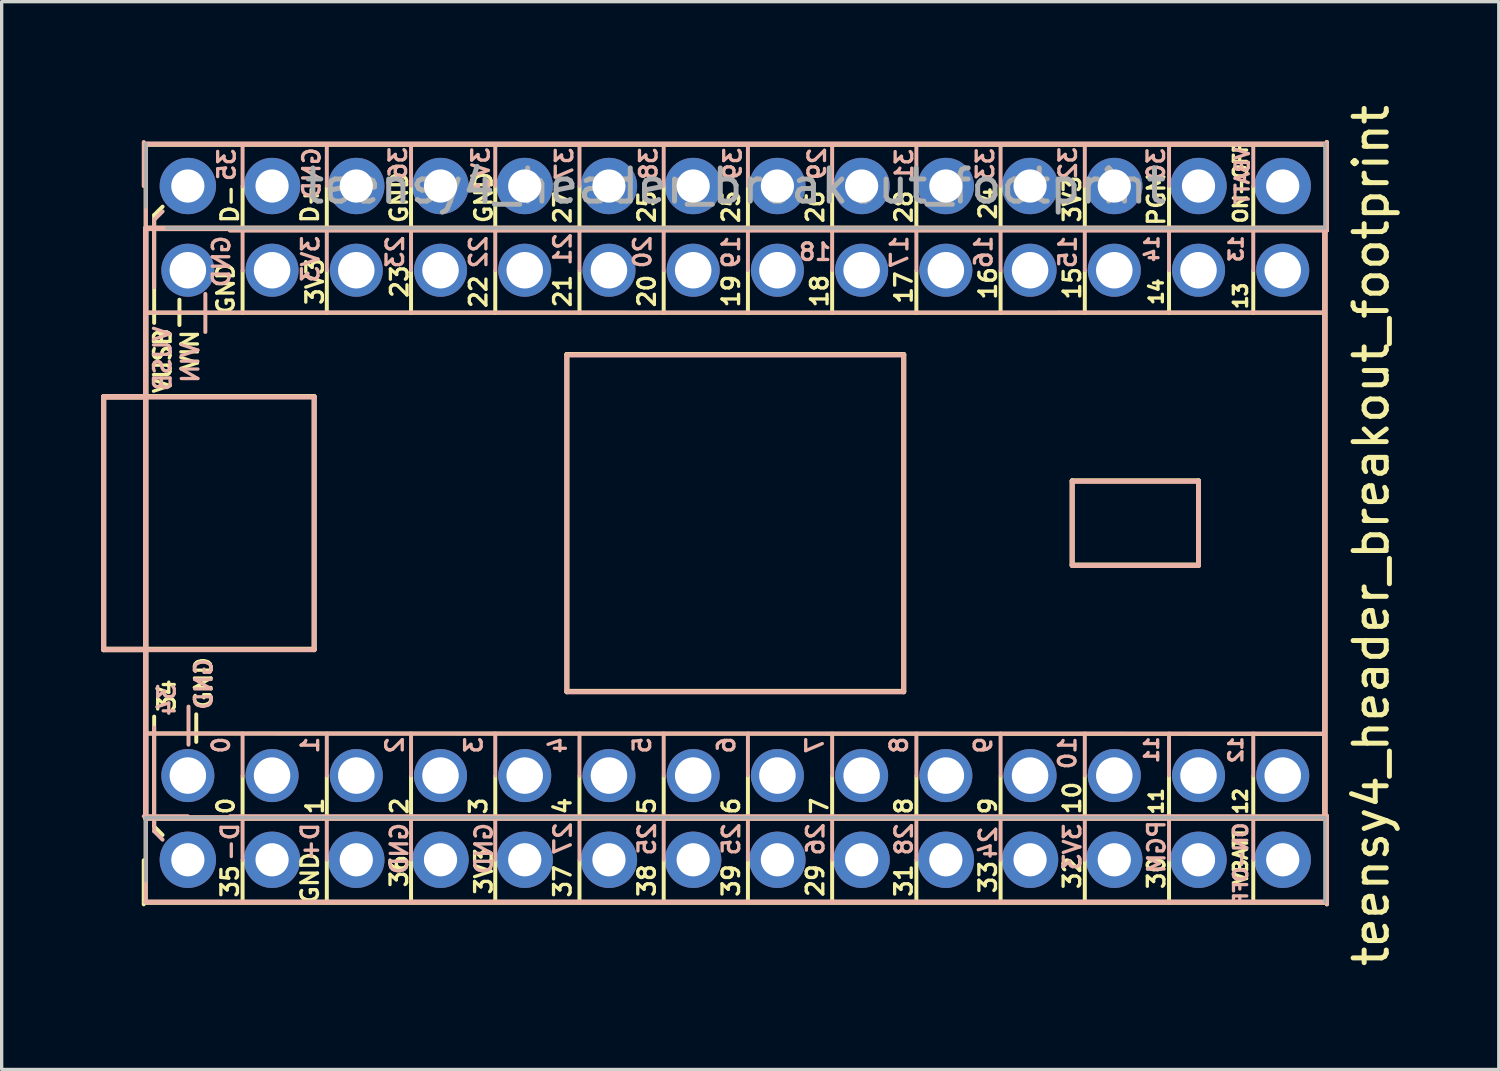
<source format=kicad_pcb>
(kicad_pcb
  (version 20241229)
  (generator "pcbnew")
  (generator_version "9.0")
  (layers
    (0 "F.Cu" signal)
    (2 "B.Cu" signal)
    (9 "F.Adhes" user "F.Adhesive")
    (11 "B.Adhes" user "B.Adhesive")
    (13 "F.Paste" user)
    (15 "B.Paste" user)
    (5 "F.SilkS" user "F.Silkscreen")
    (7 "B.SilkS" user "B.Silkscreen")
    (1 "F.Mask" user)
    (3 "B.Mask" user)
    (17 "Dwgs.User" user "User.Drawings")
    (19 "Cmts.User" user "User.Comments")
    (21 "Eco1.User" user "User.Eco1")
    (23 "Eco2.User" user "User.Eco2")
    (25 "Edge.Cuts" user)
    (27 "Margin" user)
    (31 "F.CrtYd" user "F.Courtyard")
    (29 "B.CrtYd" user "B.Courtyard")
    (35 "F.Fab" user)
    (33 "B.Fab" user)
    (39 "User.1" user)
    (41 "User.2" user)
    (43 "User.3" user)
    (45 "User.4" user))
  (footprint "teensy4_header_breakout_footprint"
    (layer "F.Cu")
    (at 19.125 12.72)
    (property "Reference" "teensy4_header_breakout_footprint" (at 19.177 0.381 90) (layer "F.SilkS") (effects (font (size 1 1) (thickness 0.15))))
    (attr through_hole)
    (fp_line (start -19.05 -3.81) (end -12.7 -3.81) (stroke (width 0.15) (type solid)) (layer "F.SilkS"))
    (fp_line (start -19.05 -3.797) (end -17.78 -3.797) (stroke (width 0.15) (type solid)) (layer "F.SilkS"))
    (fp_line (start -19.05 3.81) (end -19.05 -3.81) (stroke (width 0.15) (type solid)) (layer "F.SilkS"))
    (fp_line (start -19.05 3.823) (end -19.05 -3.797) (stroke (width 0.15) (type solid)) (layer "F.SilkS"))
    (fp_line (start -17.84 11.503) (end -17.84 10.173) (stroke (width 0.12) (type solid)) (layer "F.SilkS"))
    (fp_line (start -17.78 -8.89) (end -17.78 8.89) (stroke (width 0.15) (type solid)) (layer "F.SilkS"))
    (fp_line (start -17.78 -8.877) (end -17.78 8.903) (stroke (width 0.15) (type solid)) (layer "F.SilkS"))
    (fp_line (start -17.78 -6.337) (end 17.78 -6.337) (stroke (width 0.12) (type solid)) (layer "F.SilkS"))
    (fp_line (start -17.78 0.013) (end -17.78 -11.417) (stroke (width 0.12) (type solid)) (layer "F.SilkS"))
    (fp_line (start -17.78 0.013) (end -17.78 11.443) (stroke (width 0.12) (type solid)) (layer "F.SilkS"))
    (fp_line (start -17.78 3.823) (end -19.05 3.823) (stroke (width 0.15) (type solid)) (layer "F.SilkS"))
    (fp_line (start -17.78 8.903) (end 17.78 8.903) (stroke (width 0.15) (type solid)) (layer "F.SilkS"))
    (fp_line (start -17.78 11.443) (end 17.78 11.443) (stroke (width 0.15) (type solid)) (layer "F.SilkS"))
    (fp_line (start -17.526 -9.284) (end -17.272 -9.538) (stroke (width 0.12) (type solid)) (layer "F.SilkS"))
    (fp_line (start -17.526 -6.032) (end -17.526 -9.284) (stroke (width 0.12) (type solid)) (layer "F.SilkS"))
    (fp_line (start -17.526 5.842) (end -17.526 9.157) (stroke (width 0.12) (type solid)) (layer "F.SilkS"))
    (fp_line (start -17.526 9.157) (end -17.272 9.411) (stroke (width 0.12) (type solid)) (layer "F.SilkS"))
    (fp_line (start -16.764 -6.731) (end -16.764 -5.969) (stroke (width 0.12) (type solid)) (layer "F.SilkS"))
    (fp_line (start -16.256 5.773) (end -16.256 6.604) (stroke (width 0.12) (type solid)) (layer "F.SilkS"))
    (fp_line (start -14.859 -8.877) (end -14.859 -10.147) (stroke (width 0.12) (type solid)) (layer "F.SilkS"))
    (fp_line (start -14.859 -6.337) (end -14.859 -7.607) (stroke (width 0.12) (type solid)) (layer "F.SilkS"))
    (fp_line (start -14.859 8.903) (end -14.859 7.633) (stroke (width 0.12) (type solid)) (layer "F.SilkS"))
    (fp_line (start -14.859 11.443) (end -14.859 10.173) (stroke (width 0.12) (type solid)) (layer "F.SilkS"))
    (fp_line (start -12.7 -3.81) (end -12.7 3.81) (stroke (width 0.15) (type solid)) (layer "F.SilkS"))
    (fp_line (start -12.7 3.81) (end -19.05 3.81) (stroke (width 0.15) (type solid)) (layer "F.SilkS"))
    (fp_line (start -12.319 -8.877) (end -12.319 -10.14) (stroke (width 0.12) (type solid)) (layer "F.SilkS"))
    (fp_line (start -12.319 -6.337) (end -12.319 -7.6) (stroke (width 0.12) (type solid)) (layer "F.SilkS"))
    (fp_line (start -12.319 8.903) (end -12.319 7.64) (stroke (width 0.12) (type solid)) (layer "F.SilkS"))
    (fp_line (start -12.319 11.443) (end -12.319 10.18) (stroke (width 0.12) (type solid)) (layer "F.SilkS"))
    (fp_line (start -9.779 -8.877) (end -9.779 -10.14) (stroke (width 0.12) (type solid)) (layer "F.SilkS"))
    (fp_line (start -9.779 -6.337) (end -9.779 -7.6) (stroke (width 0.12) (type solid)) (layer "F.SilkS"))
    (fp_line (start -9.779 8.903) (end -9.779 7.64) (stroke (width 0.12) (type solid)) (layer "F.SilkS"))
    (fp_line (start -9.779 11.443) (end -9.779 10.18) (stroke (width 0.12) (type solid)) (layer "F.SilkS"))
    (fp_line (start -7.239 -8.877) (end -7.239 -10.14) (stroke (width 0.12) (type solid)) (layer "F.SilkS"))
    (fp_line (start -7.239 -6.337) (end -7.239 -7.6) (stroke (width 0.12) (type solid)) (layer "F.SilkS"))
    (fp_line (start -7.239 8.903) (end -7.239 7.64) (stroke (width 0.12) (type solid)) (layer "F.SilkS"))
    (fp_line (start -7.239 11.443) (end -7.239 10.18) (stroke (width 0.12) (type solid)) (layer "F.SilkS"))
    (fp_line (start -5.08 -5.08) (end -5.08 5.08) (stroke (width 0.15) (type solid)) (layer "F.SilkS"))
    (fp_line (start -5.08 5.08) (end 5.08 5.08) (stroke (width 0.15) (type solid)) (layer "F.SilkS"))
    (fp_line (start -4.699 -8.877) (end -4.699 -10.14) (stroke (width 0.12) (type solid)) (layer "F.SilkS"))
    (fp_line (start -4.699 -6.337) (end -4.699 -7.6) (stroke (width 0.12) (type solid)) (layer "F.SilkS"))
    (fp_line (start -4.699 8.903) (end -4.699 7.64) (stroke (width 0.12) (type solid)) (layer "F.SilkS"))
    (fp_line (start -4.699 11.443) (end -4.699 10.18) (stroke (width 0.12) (type solid)) (layer "F.SilkS"))
    (fp_line (start -2.159 -8.877) (end -2.159 -10.14) (stroke (width 0.12) (type solid)) (layer "F.SilkS"))
    (fp_line (start -2.159 -6.337) (end -2.159 -7.6) (stroke (width 0.12) (type solid)) (layer "F.SilkS"))
    (fp_line (start -2.159 8.903) (end -2.159 7.64) (stroke (width 0.12) (type solid)) (layer "F.SilkS"))
    (fp_line (start -2.159 11.443) (end -2.159 10.18) (stroke (width 0.12) (type solid)) (layer "F.SilkS"))
    (fp_line (start 0.381 -8.877) (end 0.381 -10.14) (stroke (width 0.12) (type solid)) (layer "F.SilkS"))
    (fp_line (start 0.381 -6.337) (end 0.381 -7.6) (stroke (width 0.12) (type solid)) (layer "F.SilkS"))
    (fp_line (start 0.381 8.903) (end 0.381 7.64) (stroke (width 0.12) (type solid)) (layer "F.SilkS"))
    (fp_line (start 0.381 11.443) (end 0.381 10.18) (stroke (width 0.12) (type solid)) (layer "F.SilkS"))
    (fp_line (start 2.921 -8.877) (end 2.921 -10.14) (stroke (width 0.12) (type solid)) (layer "F.SilkS"))
    (fp_line (start 2.921 -6.337) (end 2.921 -7.6) (stroke (width 0.12) (type solid)) (layer "F.SilkS"))
    (fp_line (start 2.921 8.903) (end 2.921 7.64) (stroke (width 0.12) (type solid)) (layer "F.SilkS"))
    (fp_line (start 2.921 11.443) (end 2.921 10.18) (stroke (width 0.12) (type solid)) (layer "F.SilkS"))
    (fp_line (start 5.08 -5.08) (end -5.08 -5.08) (stroke (width 0.15) (type solid)) (layer "F.SilkS"))
    (fp_line (start 5.08 5.08) (end 5.08 -5.08) (stroke (width 0.15) (type solid)) (layer "F.SilkS"))
    (fp_line (start 5.461 -8.877) (end 5.461 -10.14) (stroke (width 0.12) (type solid)) (layer "F.SilkS"))
    (fp_line (start 5.461 -6.337) (end 5.461 -7.6) (stroke (width 0.12) (type solid)) (layer "F.SilkS"))
    (fp_line (start 5.461 8.903) (end 5.461 7.64) (stroke (width 0.12) (type solid)) (layer "F.SilkS"))
    (fp_line (start 5.461 11.443) (end 5.461 10.18) (stroke (width 0.12) (type solid)) (layer "F.SilkS"))
    (fp_line (start 8.001 -8.877) (end 8.001 -10.14) (stroke (width 0.12) (type solid)) (layer "F.SilkS"))
    (fp_line (start 8.001 -6.337) (end 8.001 -7.6) (stroke (width 0.12) (type solid)) (layer "F.SilkS"))
    (fp_line (start 8.001 8.903) (end 8.001 7.64) (stroke (width 0.12) (type solid)) (layer "F.SilkS"))
    (fp_line (start 8.001 11.443) (end 8.001 10.18) (stroke (width 0.12) (type solid)) (layer "F.SilkS"))
    (fp_line (start 10.16 -1.27) (end 13.97 -1.27) (stroke (width 0.15) (type solid)) (layer "F.SilkS"))
    (fp_line (start 10.16 1.27) (end 10.16 -1.27) (stroke (width 0.15) (type solid)) (layer "F.SilkS"))
    (fp_line (start 10.541 -8.877) (end 10.541 -10.14) (stroke (width 0.12) (type solid)) (layer "F.SilkS"))
    (fp_line (start 10.541 -6.337) (end 10.541 -7.6) (stroke (width 0.12) (type solid)) (layer "F.SilkS"))
    (fp_line (start 10.541 8.903) (end 10.541 7.64) (stroke (width 0.12) (type solid)) (layer "F.SilkS"))
    (fp_line (start 10.541 11.443) (end 10.541 10.18) (stroke (width 0.12) (type solid)) (layer "F.SilkS"))
    (fp_line (start 13.081 -8.877) (end 13.081 -10.14) (stroke (width 0.12) (type solid)) (layer "F.SilkS"))
    (fp_line (start 13.081 -6.337) (end 13.081 -7.6) (stroke (width 0.12) (type solid)) (layer "F.SilkS"))
    (fp_line (start 13.081 8.903) (end 13.081 7.64) (stroke (width 0.12) (type solid)) (layer "F.SilkS"))
    (fp_line (start 13.081 11.443) (end 13.081 10.18) (stroke (width 0.12) (type solid)) (layer "F.SilkS"))
    (fp_line (start 13.97 -1.27) (end 13.97 1.27) (stroke (width 0.15) (type solid)) (layer "F.SilkS"))
    (fp_line (start 13.97 1.27) (end 10.16 1.27) (stroke (width 0.15) (type solid)) (layer "F.SilkS"))
    (fp_line (start 15.621 -8.877) (end 15.621 -10.14) (stroke (width 0.12) (type solid)) (layer "F.SilkS"))
    (fp_line (start 15.621 -6.337) (end 15.621 -7.6) (stroke (width 0.12) (type solid)) (layer "F.SilkS"))
    (fp_line (start 15.621 8.903) (end 15.621 7.64) (stroke (width 0.12) (type solid)) (layer "F.SilkS"))
    (fp_line (start 15.621 11.443) (end 15.621 10.18) (stroke (width 0.12) (type solid)) (layer "F.SilkS"))
    (fp_line (start 17.78 -11.417) (end -17.78 -11.417) (stroke (width 0.15) (type solid)) (layer "F.SilkS"))
    (fp_line (start 17.78 -8.89) (end -17.78 -8.89) (stroke (width 0.15) (type solid)) (layer "F.SilkS"))
    (fp_line (start 17.78 6.363) (end -17.78 6.35) (stroke (width 0.12) (type solid)) (layer "F.SilkS"))
    (fp_line (start 17.78 8.89) (end 17.78 -8.89) (stroke (width 0.15) (type solid)) (layer "F.SilkS"))
    (fp_line (start 17.78 8.903) (end 17.78 -8.877) (stroke (width 0.15) (type solid)) (layer "F.SilkS"))
    (fp_line (start 17.84 -8.83) (end 17.84 -11.49) (stroke (width 0.12) (type solid)) (layer "F.SilkS"))
    (fp_line (start 17.84 -8.817) (end 17.84 -11.477) (stroke (width 0.12) (type solid)) (layer "F.SilkS"))
    (fp_line (start 17.84 11.49) (end 17.84 8.83) (stroke (width 0.12) (type solid)) (layer "F.SilkS"))
    (fp_line (start 17.84 11.503) (end 17.84 8.843) (stroke (width 0.12) (type solid)) (layer "F.SilkS"))
    (fp_line (start -19.05 -3.807) (end -19.05 3.813) (stroke (width 0.15) (type solid)) (layer "B.SilkS"))
    (fp_line (start -19.05 -3.795) (end -19.05 3.825) (stroke (width 0.15) (type solid)) (layer "B.SilkS"))
    (fp_line (start -19.05 3.813) (end -17.78 3.813) (stroke (width 0.15) (type solid)) (layer "B.SilkS"))
    (fp_line (start -19.05 3.825) (end -12.7 3.825) (stroke (width 0.15) (type solid)) (layer "B.SilkS"))
    (fp_line (start -17.84 -11.487) (end -17.84 -10.157) (stroke (width 0.12) (type solid)) (layer "B.SilkS"))
    (fp_line (start -17.78 -11.427) (end 17.78 -11.427) (stroke (width 0.15) (type solid)) (layer "B.SilkS"))
    (fp_line (start -17.78 -8.887) (end 17.78 -8.887) (stroke (width 0.15) (type solid)) (layer "B.SilkS"))
    (fp_line (start -17.78 -8.875) (end 17.78 -8.875) (stroke (width 0.15) (type solid)) (layer "B.SilkS"))
    (fp_line (start -17.78 -6.347) (end 9.754 -6.345) (stroke (width 0.12) (type solid)) (layer "B.SilkS"))
    (fp_line (start -17.78 -3.807) (end -19.05 -3.807) (stroke (width 0.15) (type solid)) (layer "B.SilkS"))
    (fp_line (start -17.78 0.003) (end -17.78 -11.427) (stroke (width 0.12) (type solid)) (layer "B.SilkS"))
    (fp_line (start -17.78 0.003) (end -17.78 11.433) (stroke (width 0.12) (type solid)) (layer "B.SilkS"))
    (fp_line (start -17.78 6.353) (end 17.78 6.353) (stroke (width 0.12) (type solid)) (layer "B.SilkS"))
    (fp_line (start -17.78 8.893) (end -17.78 -8.887) (stroke (width 0.15) (type solid)) (layer "B.SilkS"))
    (fp_line (start -17.78 8.905) (end -17.78 -8.875) (stroke (width 0.15) (type solid)) (layer "B.SilkS"))
    (fp_line (start -17.526 -9.141) (end -17.272 -9.395) (stroke (width 0.12) (type solid)) (layer "B.SilkS"))
    (fp_line (start -17.526 -7.109) (end -17.526 -9.141) (stroke (width 0.12) (type solid)) (layer "B.SilkS"))
    (fp_line (start -17.526 6.175) (end -17.526 9.299) (stroke (width 0.12) (type solid)) (layer "B.SilkS"))
    (fp_line (start -17.526 9.299) (end -17.272 9.553) (stroke (width 0.12) (type solid)) (layer "B.SilkS"))
    (fp_line (start -16.51 8.845) (end -17.84 8.845) (stroke (width 0.12) (type solid)) (layer "B.SilkS"))
    (fp_line (start -16.49 6.688) (end -16.49 5.54) (stroke (width 0.12) (type solid)) (layer "B.SilkS"))
    (fp_line (start -15.982 -5.758) (end -15.982 -6.906) (stroke (width 0.12) (type solid)) (layer "B.SilkS"))
    (fp_line (start -15.24 -8.815) (end 17.84 -8.815) (stroke (width 0.12) (type solid)) (layer "B.SilkS"))
    (fp_line (start -15.24 8.845) (end 17.84 8.845) (stroke (width 0.12) (type solid)) (layer "B.SilkS"))
    (fp_line (start -14.859 -11.427) (end -14.859 -10.157) (stroke (width 0.12) (type solid)) (layer "B.SilkS"))
    (fp_line (start -14.859 -8.887) (end -14.859 -7.617) (stroke (width 0.12) (type solid)) (layer "B.SilkS"))
    (fp_line (start -14.859 6.353) (end -14.859 7.623) (stroke (width 0.12) (type solid)) (layer "B.SilkS"))
    (fp_line (start -14.859 8.893) (end -14.859 10.163) (stroke (width 0.12) (type solid)) (layer "B.SilkS"))
    (fp_line (start -12.7 -3.795) (end -19.05 -3.795) (stroke (width 0.15) (type solid)) (layer "B.SilkS"))
    (fp_line (start -12.7 3.825) (end -12.7 -3.795) (stroke (width 0.15) (type solid)) (layer "B.SilkS"))
    (fp_line (start -12.319 -11.427) (end -12.319 -10.164) (stroke (width 0.12) (type solid)) (layer "B.SilkS"))
    (fp_line (start -12.319 -8.887) (end -12.319 -7.624) (stroke (width 0.12) (type solid)) (layer "B.SilkS"))
    (fp_line (start -12.319 6.353) (end -12.319 7.616) (stroke (width 0.12) (type solid)) (layer "B.SilkS"))
    (fp_line (start -12.319 8.893) (end -12.319 10.156) (stroke (width 0.12) (type solid)) (layer "B.SilkS"))
    (fp_line (start -9.779 -11.427) (end -9.779 -10.164) (stroke (width 0.12) (type solid)) (layer "B.SilkS"))
    (fp_line (start -9.779 -8.887) (end -9.779 -7.624) (stroke (width 0.12) (type solid)) (layer "B.SilkS"))
    (fp_line (start -9.779 6.353) (end -9.779 7.616) (stroke (width 0.12) (type solid)) (layer "B.SilkS"))
    (fp_line (start -9.779 8.893) (end -9.779 10.156) (stroke (width 0.12) (type solid)) (layer "B.SilkS"))
    (fp_line (start -7.239 -11.427) (end -7.239 -10.164) (stroke (width 0.12) (type solid)) (layer "B.SilkS"))
    (fp_line (start -7.239 -8.887) (end -7.239 -7.624) (stroke (width 0.12) (type solid)) (layer "B.SilkS"))
    (fp_line (start -7.239 6.353) (end -7.239 7.616) (stroke (width 0.12) (type solid)) (layer "B.SilkS"))
    (fp_line (start -7.239 8.893) (end -7.239 10.156) (stroke (width 0.12) (type solid)) (layer "B.SilkS"))
    (fp_line (start -5.08 -5.065) (end 5.08 -5.065) (stroke (width 0.15) (type solid)) (layer "B.SilkS"))
    (fp_line (start -5.08 5.095) (end -5.08 -5.065) (stroke (width 0.15) (type solid)) (layer "B.SilkS"))
    (fp_line (start -4.699 -11.427) (end -4.699 -10.164) (stroke (width 0.12) (type solid)) (layer "B.SilkS"))
    (fp_line (start -4.699 -8.887) (end -4.699 -7.624) (stroke (width 0.12) (type solid)) (layer "B.SilkS"))
    (fp_line (start -4.699 6.353) (end -4.699 7.616) (stroke (width 0.12) (type solid)) (layer "B.SilkS"))
    (fp_line (start -4.699 8.893) (end -4.699 10.156) (stroke (width 0.12) (type solid)) (layer "B.SilkS"))
    (fp_line (start -2.159 -11.427) (end -2.159 -10.164) (stroke (width 0.12) (type solid)) (layer "B.SilkS"))
    (fp_line (start -2.159 -8.887) (end -2.159 -7.624) (stroke (width 0.12) (type solid)) (layer "B.SilkS"))
    (fp_line (start -2.159 6.353) (end -2.159 7.616) (stroke (width 0.12) (type solid)) (layer "B.SilkS"))
    (fp_line (start -2.159 8.893) (end -2.159 10.156) (stroke (width 0.12) (type solid)) (layer "B.SilkS"))
    (fp_line (start 0.381 -11.427) (end 0.381 -10.164) (stroke (width 0.12) (type solid)) (layer "B.SilkS"))
    (fp_line (start 0.381 -8.887) (end 0.381 -7.624) (stroke (width 0.12) (type solid)) (layer "B.SilkS"))
    (fp_line (start 0.381 6.353) (end 0.381 7.616) (stroke (width 0.12) (type solid)) (layer "B.SilkS"))
    (fp_line (start 0.381 8.893) (end 0.381 10.156) (stroke (width 0.12) (type solid)) (layer "B.SilkS"))
    (fp_line (start 2.921 -11.427) (end 2.921 -10.164) (stroke (width 0.12) (type solid)) (layer "B.SilkS"))
    (fp_line (start 2.921 -8.887) (end 2.921 -7.624) (stroke (width 0.12) (type solid)) (layer "B.SilkS"))
    (fp_line (start 2.921 6.353) (end 2.921 7.616) (stroke (width 0.12) (type solid)) (layer "B.SilkS"))
    (fp_line (start 2.921 8.893) (end 2.921 10.156) (stroke (width 0.12) (type solid)) (layer "B.SilkS"))
    (fp_line (start 5.08 -5.065) (end 5.08 5.095) (stroke (width 0.15) (type solid)) (layer "B.SilkS"))
    (fp_line (start 5.08 5.095) (end -5.08 5.095) (stroke (width 0.15) (type solid)) (layer "B.SilkS"))
    (fp_line (start 5.461 -11.427) (end 5.461 -10.164) (stroke (width 0.12) (type solid)) (layer "B.SilkS"))
    (fp_line (start 5.461 -8.887) (end 5.461 -7.624) (stroke (width 0.12) (type solid)) (layer "B.SilkS"))
    (fp_line (start 5.461 6.353) (end 5.461 7.616) (stroke (width 0.12) (type solid)) (layer "B.SilkS"))
    (fp_line (start 5.461 8.893) (end 5.461 10.156) (stroke (width 0.12) (type solid)) (layer "B.SilkS"))
    (fp_line (start 8.001 -11.427) (end 8.001 -10.164) (stroke (width 0.12) (type solid)) (layer "B.SilkS"))
    (fp_line (start 8.001 -8.887) (end 8.001 -7.624) (stroke (width 0.12) (type solid)) (layer "B.SilkS"))
    (fp_line (start 8.001 6.353) (end 8.001 7.616) (stroke (width 0.12) (type solid)) (layer "B.SilkS"))
    (fp_line (start 8.001 8.893) (end 8.001 10.156) (stroke (width 0.12) (type solid)) (layer "B.SilkS"))
    (fp_line (start 10.16 -1.255) (end 10.16 1.285) (stroke (width 0.15) (type solid)) (layer "B.SilkS"))
    (fp_line (start 10.16 1.285) (end 13.97 1.285) (stroke (width 0.15) (type solid)) (layer "B.SilkS"))
    (fp_line (start 10.541 -11.427) (end 10.541 -10.164) (stroke (width 0.12) (type solid)) (layer "B.SilkS"))
    (fp_line (start 10.541 -8.887) (end 10.541 -7.624) (stroke (width 0.12) (type solid)) (layer "B.SilkS"))
    (fp_line (start 10.541 6.353) (end 10.541 7.616) (stroke (width 0.12) (type solid)) (layer "B.SilkS"))
    (fp_line (start 10.541 8.893) (end 10.541 10.156) (stroke (width 0.12) (type solid)) (layer "B.SilkS"))
    (fp_line (start 13.081 -11.427) (end 13.081 -10.164) (stroke (width 0.12) (type solid)) (layer "B.SilkS"))
    (fp_line (start 13.081 -8.887) (end 13.081 -7.624) (stroke (width 0.12) (type solid)) (layer "B.SilkS"))
    (fp_line (start 13.081 6.353) (end 13.081 7.616) (stroke (width 0.12) (type solid)) (layer "B.SilkS"))
    (fp_line (start 13.081 8.893) (end 13.081 10.156) (stroke (width 0.12) (type solid)) (layer "B.SilkS"))
    (fp_line (start 13.97 -1.255) (end 10.16 -1.255) (stroke (width 0.15) (type solid)) (layer "B.SilkS"))
    (fp_line (start 13.97 1.285) (end 13.97 -1.255) (stroke (width 0.15) (type solid)) (layer "B.SilkS"))
    (fp_line (start 15.621 -11.427) (end 15.621 -10.164) (stroke (width 0.12) (type solid)) (layer "B.SilkS"))
    (fp_line (start 15.621 -8.887) (end 15.621 -7.624) (stroke (width 0.12) (type solid)) (layer "B.SilkS"))
    (fp_line (start 15.621 6.353) (end 15.621 7.616) (stroke (width 0.12) (type solid)) (layer "B.SilkS"))
    (fp_line (start 15.621 8.893) (end 15.621 10.156) (stroke (width 0.12) (type solid)) (layer "B.SilkS"))
    (fp_line (start 17.78 -8.887) (end 17.78 8.893) (stroke (width 0.15) (type solid)) (layer "B.SilkS"))
    (fp_line (start 17.78 -8.875) (end 17.78 8.905) (stroke (width 0.15) (type solid)) (layer "B.SilkS"))
    (fp_line (start 17.78 -6.347) (end 9.779 -6.347) (stroke (width 0.12) (type solid)) (layer "B.SilkS"))
    (fp_line (start 17.78 8.893) (end -17.78 8.893) (stroke (width 0.15) (type solid)) (layer "B.SilkS"))
    (fp_line (start 17.78 8.905) (end -17.78 8.905) (stroke (width 0.15) (type solid)) (layer "B.SilkS"))
    (fp_line (start 17.78 11.433) (end -17.78 11.433) (stroke (width 0.15) (type solid)) (layer "B.SilkS"))
    (fp_line (start 17.84 -11.487) (end 17.84 -8.827) (stroke (width 0.12) (type solid)) (layer "B.SilkS"))
    (fp_line (start 17.84 -11.475) (end 17.84 -8.815) (stroke (width 0.12) (type solid)) (layer "B.SilkS"))
    (fp_line (start 17.84 8.833) (end 17.84 11.493) (stroke (width 0.12) (type solid)) (layer "B.SilkS"))
    (fp_line (start 17.84 8.845) (end 17.84 11.505) (stroke (width 0.12) (type solid)) (layer "B.SilkS"))
    (fp_line (start -17.78 -9.525) (end -17.78 -11.43) (stroke (width 0.1) (type solid)) (layer "F.Fab"))
    (fp_line (start -17.78 8.89) (end 17.78 8.89) (stroke (width 0.1) (type solid)) (layer "F.Fab"))
    (fp_line (start -17.78 10.795) (end -17.78 8.89) (stroke (width 0.1) (type solid)) (layer "F.Fab"))
    (fp_line (start 17.78 -11.43) (end 17.78 -8.89) (stroke (width 0.1) (type solid)) (layer "F.Fab"))
    (fp_line (start 17.78 -8.89) (end -17.145 -8.89) (stroke (width 0.1) (type solid)) (layer "F.Fab"))
    (fp_line (start 17.78 8.89) (end 17.78 11.43) (stroke (width 0.1) (type solid)) (layer "F.Fab"))
    (fp_text user "19" (at -0.127 -6.992 90) (layer "F.SilkS") (effects (font (size 0.5 0.5) (thickness 0.1))))
    (fp_text user "D-" (at -15.24 -9.616 90) (layer "F.SilkS") (effects (font (size 0.5 0.5) (thickness 0.1))))
    (fp_text user "32" (at 10.16 10.554 90) (layer "F.SilkS") (effects (font (size 0.5 0.5) (thickness 0.1))))
    (fp_text user "7" (at 2.54 8.538 90) (layer "F.SilkS") (effects (font (size 0.5 0.5) (thickness 0.1))))
    (fp_text user "25" (at -2.667 -9.532 90) (layer "F.SilkS") (effects (font (size 0.5 0.5) (thickness 0.1))))
    (fp_text user "22" (at -7.747 -6.972 90) (layer "F.SilkS") (effects (font (size 0.5 0.5) (thickness 0.1))))
    (fp_text user "3V3" (at 10.16 -9.766 90) (layer "F.SilkS") (effects (font (size 0.5 0.5) (thickness 0.1))))
    (fp_text user "30" (at 12.7 10.554 90) (layer "F.SilkS") (effects (font (size 0.5 0.5) (thickness 0.1))))
    (fp_text user "VIN" (at -16.447 -5.207 90) (layer "F.SilkS") (effects (font (size 0.5 0.5) (thickness 0.1))))
    (fp_text user "24" (at 7.62 -9.639 90) (layer "F.SilkS") (effects (font (size 0.5 0.5) (thickness 0.1))))
    (fp_text user "36" (at -10.139 10.502 90) (layer "F.SilkS") (effects (font (size 0.5 0.5) (thickness 0.1))))
    (fp_text user "8" (at 5.08 8.538 90) (layer "F.SilkS") (effects (font (size 0.5 0.5) (thickness 0.1))))
    (fp_text user "12" (at 15.24 8.395 90) (layer "F.SilkS") (effects (font (size 0.4 0.4) (thickness 0.1))))
    (fp_text user "D+" (at -12.827 -9.616 90) (layer "F.SilkS") (effects (font (size 0.5 0.5) (thickness 0.1))))
    (fp_text user "15" (at 10.16 -7.226 90) (layer "F.SilkS") (effects (font (size 0.5 0.5) (thickness 0.1))))
    (fp_text user "9" (at 7.62 8.538 90) (layer "F.SilkS") (effects (font (size 0.5 0.5) (thickness 0.1))))
    (fp_text user "GND" (at -16.038 4.822 90) (layer "F.SilkS") (effects (font (size 0.5 0.5) (thickness 0.1))))
    (fp_text user "31" (at 5.08 10.788 90) (layer "F.SilkS") (effects (font (size 0.5 0.5) (thickness 0.1))))
    (fp_text user "28" (at 5.08 -9.532 90) (layer "F.SilkS") (effects (font (size 0.5 0.5) (thickness 0.1))))
    (fp_text user "5" (at -2.667 8.538 90) (layer "F.SilkS") (effects (font (size 0.5 0.5) (thickness 0.1))))
    (fp_text user "13" (at 15.24 -6.845 90) (layer "F.SilkS") (effects (font (size 0.4 0.4) (thickness 0.1))))
    (fp_text user "25" (at -0.127 -9.532 90) (layer "F.SilkS") (effects (font (size 0.5 0.5) (thickness 0.1))))
    (fp_text user "20" (at -2.667 -6.992 90) (layer "F.SilkS") (effects (font (size 0.5 0.5) (thickness 0.1))))
    (fp_text user "GND" (at -10.139 -9.818 90) (layer "F.SilkS") (effects (font (size 0.5 0.5) (thickness 0.1))))
    (fp_text user "34" (at -17.145 5.207 90) (layer "F.SilkS") (effects (font (size 0.5 0.5) (thickness 0.1))))
    (fp_text user "16" (at 7.62 -7.226 90) (layer "F.SilkS") (effects (font (size 0.5 0.5) (thickness 0.1))))
    (fp_text user "11" (at 12.7 8.395 90) (layer "F.SilkS") (effects (font (size 0.4 0.4) (thickness 0.1))))
    (fp_text user "37" (at -5.207 10.808 90) (layer "F.SilkS") (effects (font (size 0.5 0.5) (thickness 0.1))))
    (fp_text user "6" (at -0.127 8.538 90) (layer "F.SilkS") (effects (font (size 0.5 0.5) (thickness 0.1))))
    (fp_text user "27" (at -5.207 -9.512 90) (layer "F.SilkS") (effects (font (size 0.5 0.5) (thickness 0.1))))
    (fp_text user "1" (at -12.679 8.538 90) (layer "F.SilkS") (effects (font (size 0.5 0.5) (thickness 0.1))))
    (fp_text user "35" (at -15.24 10.808 90) (layer "F.SilkS") (effects (font (size 0.5 0.5) (thickness 0.1))))
    (fp_text user "0" (at -15.367 8.538 90) (layer "F.SilkS") (effects (font (size 0.5 0.5) (thickness 0.1))))
    (fp_text user "GND" (at -12.827 10.704 90) (layer "F.SilkS") (effects (font (size 0.5 0.5) (thickness 0.1))))
    (fp_text user "VBATT" (at 15.24 10.046 90) (layer "F.SilkS") (effects (font (size 0.4 0.4) (thickness 0.1))))
    (fp_text user "33" (at 7.62 10.681 90) (layer "F.SilkS") (effects (font (size 0.5 0.5) (thickness 0.1))))
    (fp_text user "PGM" (at 12.7 -9.766 90) (layer "F.SilkS") (effects (font (size 0.5 0.5) (thickness 0.1))))
    (fp_text user "2" (at -10.128 8.538 90) (layer "F.SilkS") (effects (font (size 0.5 0.5) (thickness 0.1))))
    (fp_text user "ON-OFF" (at 15.24 -10.274 90) (layer "F.SilkS") (effects (font (size 0.4 0.4) (thickness 0.1))))
    (fp_text user "39" (at -0.127 10.788 90) (layer "F.SilkS") (effects (font (size 0.5 0.5) (thickness 0.1))))
    (fp_text user "26" (at 2.413 -9.532 90) (layer "F.SilkS") (effects (font (size 0.5 0.5) (thickness 0.1))))
    (fp_text user "VUSB" (at -17.272 -4.889 90) (layer "F.SilkS") (effects (font (size 0.5 0.5) (thickness 0.1))))
    (fp_text user "GND" (at -15.367 -7.076 90) (layer "F.SilkS") (effects (font (size 0.5 0.5) (thickness 0.1))))
    (fp_text user "17" (at 5.08 -7.099 90) (layer "F.SilkS") (effects (font (size 0.5 0.5) (thickness 0.1))))
    (fp_text user "3" (at -7.747 8.538 90) (layer "F.SilkS") (effects (font (size 0.5 0.5) (thickness 0.1))))
    (fp_text user "10" (at 10.16 8.299 90) (layer "F.SilkS") (effects (font (size 0.5 0.5) (thickness 0.1))))
    (fp_text user "14" (at 12.7 -6.972 90) (layer "F.SilkS") (effects (font (size 0.4 0.4) (thickness 0.1))))
    (fp_text user "4" (at -5.207 8.538 90) (layer "F.SilkS") (effects (font (size 0.5 0.5) (thickness 0.1))))
    (fp_text user "GND" (at -7.588 -9.818 90) (layer "F.SilkS") (effects (font (size 0.5 0.5) (thickness 0.1))))
    (fp_text user "38" (at -2.667 10.788 90) (layer "F.SilkS") (effects (font (size 0.5 0.5) (thickness 0.1))))
    (fp_text user "23" (at -10.128 -7.278 90) (layer "F.SilkS") (effects (font (size 0.5 0.5) (thickness 0.1))))
    (fp_text user "29" (at 2.413 10.788 90) (layer "F.SilkS") (effects (font (size 0.5 0.5) (thickness 0.1))))
    (fp_text user "18" (at 2.54 -6.992 90) (layer "F.SilkS") (effects (font (size 0.5 0.5) (thickness 0.1))))
    (fp_text user "3V3" (at -12.679 -7.278 90) (layer "F.SilkS") (effects (font (size 0.5 0.5) (thickness 0.1))))
    (fp_text user "3V3" (at -7.588 10.502 90) (layer "F.SilkS") (effects (font (size 0.5 0.5) (thickness 0.1))))
    (fp_text user "21" (at -5.207 -6.992 90) (layer "F.SilkS") (effects (font (size 0.5 0.5) (thickness 0.1))))
    (fp_text user "VBATT" (at 15.291 -10.462 90) (layer "B.SilkS") (effects (font (size 0.4 0.4) (thickness 0.1)) (justify mirror)))
    (fp_text user "4" (at -5.349 6.702 90) (layer "B.SilkS") (effects (font (size 0.5 0.5) (thickness 0.1)) (justify mirror)))
    (fp_text user "10" (at 10.018 6.941 90) (layer "B.SilkS") (effects (font (size 0.5 0.5) (thickness 0.1)) (justify mirror)))
    (fp_text user "2" (at -10.27 6.702 90) (layer "B.SilkS") (effects (font (size 0.5 0.5) (thickness 0.1)) (justify mirror)))
    (fp_text user "D-" (at -15.235 9.621 90) (layer "B.SilkS") (effects (font (size 0.5 0.5) (thickness 0.1)) (justify mirror)))
    (fp_text user "21" (at -5.207 -8.255 90) (layer "B.SilkS") (effects (font (size 0.5 0.5) (thickness 0.1)) (justify mirror)))
    (fp_text user "39" (at -0.076 -10.833 90) (layer "B.SilkS") (effects (font (size 0.5 0.5) (thickness 0.1)) (justify mirror)))
    (fp_text user "GND" (at -7.583 9.823 270) (layer "B.SilkS") (effects (font (size 0.5 0.5) (thickness 0.1)) (justify mirror)))
    (fp_text user "GND" (at -10.134 9.823 90) (layer "B.SilkS") (effects (font (size 0.5 0.5) (thickness 0.1)) (justify mirror)))
    (fp_text user "23" (at -10.26 -8.171 90) (layer "B.SilkS") (effects (font (size 0.5 0.5) (thickness 0.1)) (justify mirror)))
    (fp_text user "GND" (at -12.776 -10.547 90) (layer "B.SilkS") (effects (font (size 0.5 0.5) (thickness 0.1)) (justify mirror)))
    (fp_text user "3V3" (at 10.165 9.771 270) (layer "B.SilkS") (effects (font (size 0.5 0.5) (thickness 0.1)) (justify mirror)))
    (fp_text user "7" (at 2.398 6.702 90) (layer "B.SilkS") (effects (font (size 0.5 0.5) (thickness 0.1)) (justify mirror)))
    (fp_text user "17" (at 4.948 -8.171 90) (layer "B.SilkS") (effects (font (size 0.5 0.5) (thickness 0.1)) (justify mirror)))
    (fp_text user "14" (at 12.568 -8.266 90) (layer "B.SilkS") (effects (font (size 0.4 0.4) (thickness 0.1)) (justify mirror)))
    (fp_text user "33" (at 7.539 -10.82 90) (layer "B.SilkS") (effects (font (size 0.5 0.5) (thickness 0.1)) (justify mirror)))
    (fp_text user "34" (at -17.145 5.334 90) (layer "B.SilkS") (effects (font (size 0.5 0.5) (thickness 0.1)) (justify mirror)))
    (fp_text user "VUSB" (at -17.272 -4.953 90) (layer "B.SilkS") (effects (font (size 0.5 0.5) (thickness 0.1)) (justify mirror)))
    (fp_text user "3" (at -7.889 6.702 90) (layer "B.SilkS") (effects (font (size 0.5 0.5) (thickness 0.1)) (justify mirror)))
    (fp_text user "38" (at -2.616 -10.833 90) (layer "B.SilkS") (effects (font (size 0.5 0.5) (thickness 0.1)) (justify mirror)))
    (fp_text user "0" (at -15.509 6.702 270) (layer "B.SilkS") (effects (font (size 0.5 0.5) (thickness 0.1)) (justify mirror)))
    (fp_text user "PGM" (at 12.705 9.771 90) (layer "B.SilkS") (effects (font (size 0.5 0.5) (thickness 0.1)) (justify mirror)))
    (fp_text user "18" (at 2.408 -8.171 180) (layer "B.SilkS") (effects (font (size 0.5 0.5) (thickness 0.1)) (justify mirror)))
    (fp_text user "15" (at 10.028 -8.171 90) (layer "B.SilkS") (effects (font (size 0.5 0.5) (thickness 0.1)) (justify mirror)))
    (fp_text user "25" (at -2.662 9.537 270) (layer "B.SilkS") (effects (font (size 0.5 0.5) (thickness 0.1)) (justify mirror)))
    (fp_text user "GND" (at -16.032 4.862 90) (layer "B.SilkS") (effects (font (size 0.5 0.5) (thickness 0.1)) (justify mirror)))
    (fp_text user "ON-OFF" (at 15.245 10.279 90) (layer "B.SilkS") (effects (font (size 0.4 0.4) (thickness 0.1)) (justify mirror)))
    (fp_text user "22" (at -7.747 -8.171 90) (layer "B.SilkS") (effects (font (size 0.5 0.5) (thickness 0.1)) (justify mirror)))
    (fp_text user "VIN" (at -16.434 -4.831 90) (layer "B.SilkS") (effects (font (size 0.5 0.5) (thickness 0.1)) (justify mirror)))
    (fp_text user "3V3" (at -12.811 -7.956 270) (layer "B.SilkS") (effects (font (size 0.5 0.5) (thickness 0.1)) (justify mirror)))
    (fp_text user "13" (at 15.108 -8.266 90) (layer "B.SilkS") (effects (font (size 0.4 0.4) (thickness 0.1)) (justify mirror)))
    (fp_text user "32" (at 10.033 -10.851 90) (layer "B.SilkS") (effects (font (size 0.5 0.5) (thickness 0.1)) (justify mirror)))
    (fp_text user "36" (at -10.17 -10.851 90) (layer "B.SilkS") (effects (font (size 0.5 0.5) (thickness 0.1)) (justify mirror)))
    (fp_text user "16" (at 7.488 -8.171 90) (layer "B.SilkS") (effects (font (size 0.5 0.5) (thickness 0.1)) (justify mirror)))
    (fp_text user "30" (at 12.69 -10.82 90) (layer "B.SilkS") (effects (font (size 0.5 0.5) (thickness 0.1)) (justify mirror)))
    (fp_text user "6" (at -0.269 6.702 90) (layer "B.SilkS") (effects (font (size 0.5 0.5) (thickness 0.1)) (justify mirror)))
    (fp_text user "D+" (at -12.822 9.621 90) (layer "B.SilkS") (effects (font (size 0.5 0.5) (thickness 0.1)) (justify mirror)))
    (fp_text user "28" (at 5.085 9.537 90) (layer "B.SilkS") (effects (font (size 0.5 0.5) (thickness 0.1)) (justify mirror)))
    (fp_text user "27" (at -5.202 9.517 270) (layer "B.SilkS") (effects (font (size 0.5 0.5) (thickness 0.1)) (justify mirror)))
    (fp_text user "11" (at 12.558 6.845 90) (layer "B.SilkS") (effects (font (size 0.4 0.4) (thickness 0.1)) (justify mirror)))
    (fp_text user "3V3" (at -7.676 -10.632 90) (layer "B.SilkS") (effects (font (size 0.5 0.5) (thickness 0.1)) (justify mirror)))
    (fp_text user "8" (at 4.938 6.702 90) (layer "B.SilkS") (effects (font (size 0.5 0.5) (thickness 0.1)) (justify mirror)))
    (fp_text user "35" (at -15.337 -10.8 90) (layer "B.SilkS") (effects (font (size 0.5 0.5) (thickness 0.1)) (justify mirror)))
    (fp_text user "GND" (at -15.499 -7.885 90) (layer "B.SilkS") (effects (font (size 0.5 0.5) (thickness 0.1)) (justify mirror)))
    (fp_text user "9" (at 7.478 6.702 90) (layer "B.SilkS") (effects (font (size 0.5 0.5) (thickness 0.1)) (justify mirror)))
    (fp_text user "25" (at -0.122 9.537 270) (layer "B.SilkS") (effects (font (size 0.5 0.5) (thickness 0.1)) (justify mirror)))
    (fp_text user "12" (at 15.098 6.845 90) (layer "B.SilkS") (effects (font (size 0.4 0.4) (thickness 0.1)) (justify mirror)))
    (fp_text user "19" (at -0.127 -8.171 90) (layer "B.SilkS") (effects (font (size 0.5 0.5) (thickness 0.1)) (justify mirror)))
    (fp_text user "26" (at 2.418 9.537 90) (layer "B.SilkS") (effects (font (size 0.5 0.5) (thickness 0.1)) (justify mirror)))
    (fp_text user "29" (at 2.464 -10.833 90) (layer "B.SilkS") (effects (font (size 0.5 0.5) (thickness 0.1)) (justify mirror)))
    (fp_text user "37" (at -5.156 -10.833 90) (layer "B.SilkS") (effects (font (size 0.5 0.5) (thickness 0.1)) (justify mirror)))
    (fp_text user "31" (at 5.095 -10.795 90) (layer "B.SilkS") (effects (font (size 0.5 0.5) (thickness 0.1)) (justify mirror)))
    (fp_text user "24" (at 7.625 9.644 90) (layer "B.SilkS") (effects (font (size 0.5 0.5) (thickness 0.1)) (justify mirror)))
    (fp_text user "20" (at -2.799 -8.171 90) (layer "B.SilkS") (effects (font (size 0.5 0.5) (thickness 0.1)) (justify mirror)))
    (fp_text user "1" (at -12.821 6.702 90) (layer "B.SilkS") (effects (font (size 0.5 0.5) (thickness 0.1)) (justify mirror)))
    (fp_text user "5" (at -2.809 6.702 90) (layer "B.SilkS") (effects (font (size 0.5 0.5) (thickness 0.1)) (justify mirror)))
    (fp_text user "${REFERENCE}" (at 0 -10.16 0) (layer "F.Fab") (effects (font (size 1 1) (thickness 0.15))))
    (pad "1" thru_hole circle (at -16.51 7.62) (size 1.6 1.6) (drill 1.1) (layers "*.Cu" "*.Mask"))
    (pad "1" thru_hole oval (at -8.89 -10.16 90) (size 1.7 1.7) (drill 1) (layers "*.Cu" "*.Mask"))
    (pad "1" thru_hole oval (at -6.35 -10.16 90) (size 1.7 1.7) (drill 1) (layers "*.Cu" "*.Mask"))
    (pad "2" thru_hole circle (at -13.97 7.62) (size 1.6 1.6) (drill 1.1) (layers "*.Cu" "*.Mask"))
    (pad "3" thru_hole circle (at -11.43 7.62) (size 1.6 1.6) (drill 1.1) (layers "*.Cu" "*.Mask"))
    (pad "4" thru_hole circle (at -8.89 7.62) (size 1.6 1.6) (drill 1.1) (layers "*.Cu" "*.Mask"))
    (pad "5" thru_hole circle (at -6.35 7.62) (size 1.6 1.6) (drill 1.1) (layers "*.Cu" "*.Mask"))
    (pad "6" thru_hole circle (at -3.81 7.62) (size 1.6 1.6) (drill 1.1) (layers "*.Cu" "*.Mask"))
    (pad "7" thru_hole circle (at -1.27 7.62) (size 1.6 1.6) (drill 1.1) (layers "*.Cu" "*.Mask"))
    (pad "8" thru_hole circle (at 1.27 7.62) (size 1.6 1.6) (drill 1.1) (layers "*.Cu" "*.Mask"))
    (pad "9" thru_hole circle (at 3.81 7.62) (size 1.6 1.6) (drill 1.1) (layers "*.Cu" "*.Mask"))
    (pad "10" thru_hole circle (at 6.35 7.62) (size 1.6 1.6) (drill 1.1) (layers "*.Cu" "*.Mask"))
    (pad "11" thru_hole circle (at 8.89 7.62) (size 1.6 1.6) (drill 1.1) (layers "*.Cu" "*.Mask"))
    (pad "12" thru_hole circle (at 11.43 7.62) (size 1.6 1.6) (drill 1.1) (layers "*.Cu" "*.Mask"))
    (pad "13" thru_hole circle (at 13.97 7.62) (size 1.6 1.6) (drill 1.1) (layers "*.Cu" "*.Mask"))
    (pad "14" thru_hole circle (at 16.51 7.62) (size 1.6 1.6) (drill 1.1) (layers "*.Cu" "*.Mask"))
    (pad "15" thru_hole oval (at 16.51 10.16 90) (size 1.7 1.7) (drill 1) (layers "*.Cu" "*.Mask"))
    (pad "16" thru_hole oval (at 8.89 -10.16 90) (size 1.7 1.7) (drill 1) (layers "*.Cu" "*.Mask"))
    (pad "17" thru_hole oval (at 11.43 -10.16 90) (size 1.7 1.7) (drill 1) (layers "*.Cu" "*.Mask"))
    (pad "18" thru_hole oval (at 13.97 -10.16 90) (size 1.7 1.7) (drill 1) (layers "*.Cu" "*.Mask"))
    (pad "19" thru_hole oval (at 16.51 -10.16 90) (size 1.7 1.7) (drill 1) (layers "*.Cu" "*.Mask"))
    (pad "20" thru_hole circle (at 16.51 -7.62) (size 1.6 1.6) (drill 1.1) (layers "*.Cu" "*.Mask"))
    (pad "21" thru_hole circle (at 13.97 -7.62) (size 1.6 1.6) (drill 1.1) (layers "*.Cu" "*.Mask"))
    (pad "22" thru_hole circle (at 11.43 -7.62) (size 1.6 1.6) (drill 1.1) (layers "*.Cu" "*.Mask"))
    (pad "23" thru_hole circle (at 8.89 -7.62) (size 1.6 1.6) (drill 1.1) (layers "*.Cu" "*.Mask"))
    (pad "24" thru_hole circle (at 6.35 -7.62) (size 1.6 1.6) (drill 1.1) (layers "*.Cu" "*.Mask"))
    (pad "25" thru_hole circle (at 3.81 -7.62) (size 1.6 1.6) (drill 1.1) (layers "*.Cu" "*.Mask"))
    (pad "26" thru_hole circle (at 1.27 -7.62) (size 1.6 1.6) (drill 1.1) (layers "*.Cu" "*.Mask"))
    (pad "27" thru_hole circle (at -1.27 -7.62) (size 1.6 1.6) (drill 1.1) (layers "*.Cu" "*.Mask"))
    (pad "28" thru_hole circle (at -3.81 -7.62) (size 1.6 1.6) (drill 1.1) (layers "*.Cu" "*.Mask"))
    (pad "29" thru_hole circle (at -6.35 -7.62) (size 1.6 1.6) (drill 1.1) (layers "*.Cu" "*.Mask"))
    (pad "30" thru_hole circle (at -8.89 -7.62) (size 1.6 1.6) (drill 1.1) (layers "*.Cu" "*.Mask"))
    (pad "31" thru_hole circle (at -11.43 -7.62) (size 1.6 1.6) (drill 1.1) (layers "*.Cu" "*.Mask"))
    (pad "32" thru_hole circle (at -13.97 -7.62) (size 1.6 1.6) (drill 1.1) (layers "*.Cu" "*.Mask"))
    (pad "33" thru_hole circle (at -16.51 -7.62) (size 1.6 1.6) (drill 1.1) (layers "*.Cu" "*.Mask"))
    (pad "34" thru_hole circle (at -16.51 -10.16 90) (size 1.7 1.7) (drill 1) (layers "*.Cu" "*.Mask"))
    (pad "35" thru_hole oval (at 6.35 -10.16 90) (size 1.7 1.7) (drill 1) (layers "*.Cu" "*.Mask"))
    (pad "36" thru_hole oval (at -1.27 -10.16 90) (size 1.7 1.7) (drill 1) (layers "*.Cu" "*.Mask"))
    (pad "37" thru_hole oval (at 1.27 -10.16 90) (size 1.7 1.7) (drill 1) (layers "*.Cu" "*.Mask"))
    (pad "38" thru_hole oval (at -3.81 -10.16 90) (size 1.7 1.7) (drill 1) (layers "*.Cu" "*.Mask"))
    (pad "39" thru_hole oval (at 3.81 -10.16 90) (size 1.7 1.7) (drill 1) (layers "*.Cu" "*.Mask"))
    (pad "40" thru_hole oval (at 3.81 10.16 90) (size 1.7 1.7) (drill 1) (layers "*.Cu" "*.Mask"))
    (pad "41" thru_hole oval (at 13.97 10.16 90) (size 1.7 1.7) (drill 1) (layers "*.Cu" "*.Mask"))
    (pad "42" thru_hole oval (at 6.35 10.16 90) (size 1.7 1.7) (drill 1) (layers "*.Cu" "*.Mask"))
    (pad "43" thru_hole oval (at 11.43 10.16 90) (size 1.7 1.7) (drill 1) (layers "*.Cu" "*.Mask"))
    (pad "44" thru_hole oval (at 8.89 10.16 90) (size 1.7 1.7) (drill 1) (layers "*.Cu" "*.Mask"))
    (pad "45" thru_hole circle (at -16.51 10.16 90) (size 1.7 1.7) (drill 1) (layers "*.Cu" "*.Mask"))
    (pad "46" thru_hole oval (at -13.97 10.16 90) (size 1.7 1.7) (drill 1) (layers "*.Cu" "*.Mask"))
    (pad "47" thru_hole oval (at -11.43 10.16 90) (size 1.7 1.7) (drill 1) (layers "*.Cu" "*.Mask"))
    (pad "48" thru_hole oval (at -8.89 10.16 90) (size 1.7 1.7) (drill 1) (layers "*.Cu" "*.Mask"))
    (pad "49" thru_hole oval (at -6.35 10.16 90) (size 1.7 1.7) (drill 1) (layers "*.Cu" "*.Mask"))
    (pad "50" thru_hole oval (at -3.81 10.16 90) (size 1.7 1.7) (drill 1) (layers "*.Cu" "*.Mask"))
    (pad "51" thru_hole oval (at -1.27 10.16 90) (size 1.7 1.7) (drill 1) (layers "*.Cu" "*.Mask"))
    (pad "52" thru_hole oval (at 1.27 10.16 90) (size 1.7 1.7) (drill 1) (layers "*.Cu" "*.Mask"))
    (pad "53" thru_hole oval (at -13.97 -10.16 90) (size 1.7 1.7) (drill 1) (layers "*.Cu" "*.Mask"))
    (pad "54" thru_hole oval (at -11.43 -10.16 90) (size 1.7 1.7) (drill 1) (layers "*.Cu" "*.Mask")))
  (gr_rect
    (start -3 -3)
    (end 42.15 29.202)
    (stroke (width 0.1) (type default))
    (fill no)
    (layer "Edge.Cuts")))
</source>
